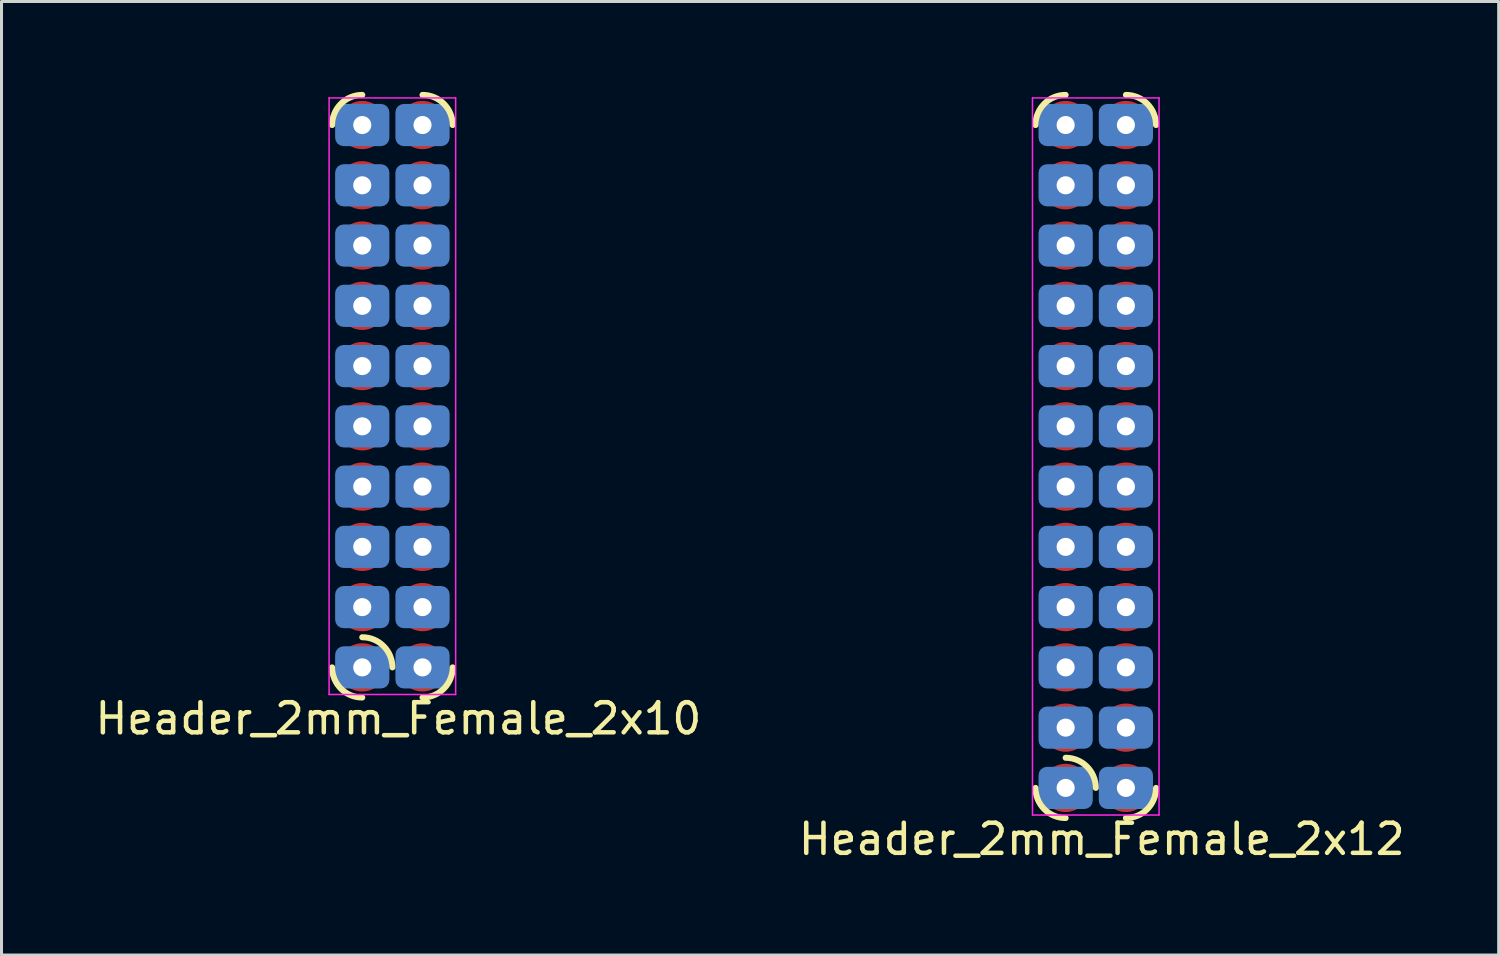
<source format=kicad_pcb>
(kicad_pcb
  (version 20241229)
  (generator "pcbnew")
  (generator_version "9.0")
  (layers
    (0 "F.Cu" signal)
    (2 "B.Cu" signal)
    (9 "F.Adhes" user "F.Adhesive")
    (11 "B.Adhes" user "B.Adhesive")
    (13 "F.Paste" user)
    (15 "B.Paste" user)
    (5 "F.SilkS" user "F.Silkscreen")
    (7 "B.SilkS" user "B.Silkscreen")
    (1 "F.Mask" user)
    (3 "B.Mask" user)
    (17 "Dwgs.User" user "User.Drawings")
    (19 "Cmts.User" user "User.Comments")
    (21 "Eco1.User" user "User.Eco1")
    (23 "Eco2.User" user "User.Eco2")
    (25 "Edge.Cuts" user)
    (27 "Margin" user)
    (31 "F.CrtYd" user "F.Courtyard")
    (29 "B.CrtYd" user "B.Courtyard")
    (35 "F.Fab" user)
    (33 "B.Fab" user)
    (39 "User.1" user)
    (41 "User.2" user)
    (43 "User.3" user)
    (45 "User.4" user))
  (footprint "Header_2mm_Female_2x12"
    (layer "F.Cu")
    (at 32.318 23.1)
    (property "Reference" "Header_2mm_Female_2x12" (at 1.2 1.7 180) (layer "F.SilkS") (effects (font (size 1 1) (thickness 0.15))))
    (attr through_hole)
    (fp_arc (start -1 -22.000002) (mid -0.707106 -22.707108) (end 0 -23.000001) (stroke (width 0.2) (type solid)) (layer "F.SilkS"))
    (fp_arc (start 0 0.999999) (mid -0.707106 0.707105) (end -0.999999 -0.000001) (stroke (width 0.2) (type solid)) (layer "F.SilkS"))
    (fp_arc (start 0.000002 -1.000001) (mid 0.707108 -0.707107) (end 1.000001 -0.000001) (stroke (width 0.2) (type solid)) (layer "F.SilkS"))
    (fp_arc (start 2.000001 -23.000001) (mid 2.707107 -22.707107) (end 3 -22.000001) (stroke (width 0.2) (type solid)) (layer "F.SilkS"))
    (fp_arc (start 3.000001 0) (mid 2.707107 0.707106) (end 2.000001 0.999999) (stroke (width 0.2) (type solid)) (layer "F.SilkS"))
    (fp_line (start -1.1 -22.9) (end -1.1 0.9) (stroke (width 0.05) (type default)) (layer "F.CrtYd"))
    (fp_line (start 3.1 -22.9) (end -1.1 -22.9) (stroke (width 0.05) (type default)) (layer "F.CrtYd"))
    (fp_line (start 3.1 0.9) (end -1.1 0.9) (stroke (width 0.05) (type default)) (layer "F.CrtYd"))
    (fp_line (start 3.1 0.9) (end 3.1 -22.9) (stroke (width 0.05) (type default)) (layer "F.CrtYd"))
    (pad "1" thru_hole circle (at 0.000001 -0.000001 90) (size 1 1) (drill 0.6) (layers "*.Cu" "*.Mask"))
    (pad "1" smd roundrect (at 0.000001 -0.000001 270) (size 1.4 1.8) (layers "B.Cu" "B.Mask" "B.Paste") (roundrect_rratio 0.2))
    (pad "1" smd circle (at 0.000001 -0.000001 90) (size 1.6 1.6) (layers "F.Cu" "F.Mask" "F.Paste"))
    (pad "2" thru_hole circle (at 2 -0.000001 90) (size 1 1) (drill 0.6) (layers "*.Cu" "*.Mask"))
    (pad "2" smd roundrect (at 2 -0.000001 270) (size 1.4 1.8) (layers "B.Cu" "B.Mask" "B.Paste") (roundrect_rratio 0.2))
    (pad "2" smd circle (at 2 -0.000001 90) (size 1.6 1.6) (layers "F.Cu" "F.Mask" "F.Paste"))
    (pad "3" thru_hole circle (at 0.000001 -2 90) (size 1 1) (drill 0.6) (layers "*.Cu" "*.Mask"))
    (pad "3" smd roundrect (at 0.000001 -2 270) (size 1.4 1.8) (layers "B.Cu" "B.Mask" "B.Paste") (roundrect_rratio 0.2))
    (pad "3" smd circle (at 0.000001 -2 90) (size 1.6 1.6) (layers "F.Cu" "F.Mask" "F.Paste"))
    (pad "4" thru_hole circle (at 2 -2 90) (size 1 1) (drill 0.6) (layers "*.Cu" "*.Mask"))
    (pad "4" smd roundrect (at 2 -2 270) (size 1.4 1.8) (layers "B.Cu" "B.Mask" "B.Paste") (roundrect_rratio 0.2))
    (pad "4" smd circle (at 2 -2 90) (size 1.6 1.6) (layers "F.Cu" "F.Mask" "F.Paste"))
    (pad "5" thru_hole circle (at 0.000001 -4 90) (size 1 1) (drill 0.6) (layers "*.Cu" "*.Mask"))
    (pad "5" smd roundrect (at 0.000001 -4 270) (size 1.4 1.8) (layers "B.Cu" "B.Mask" "B.Paste") (roundrect_rratio 0.2))
    (pad "5" smd circle (at 0.000001 -4 90) (size 1.6 1.6) (layers "F.Cu" "F.Mask" "F.Paste"))
    (pad "6" thru_hole circle (at 2 -4 90) (size 1 1) (drill 0.6) (layers "*.Cu" "*.Mask"))
    (pad "6" smd roundrect (at 2 -4 270) (size 1.4 1.8) (layers "B.Cu" "B.Mask" "B.Paste") (roundrect_rratio 0.2))
    (pad "6" smd circle (at 2 -4 90) (size 1.6 1.6) (layers "F.Cu" "F.Mask" "F.Paste"))
    (pad "7" thru_hole circle (at 0.000001 -6 90) (size 1 1) (drill 0.6) (layers "*.Cu" "*.Mask"))
    (pad "7" smd roundrect (at 0.000001 -6 270) (size 1.4 1.8) (layers "B.Cu" "B.Mask" "B.Paste") (roundrect_rratio 0.2))
    (pad "7" smd circle (at 0.000001 -6 90) (size 1.6 1.6) (layers "F.Cu" "F.Mask" "F.Paste"))
    (pad "8" thru_hole circle (at 2 -6 90) (size 1 1) (drill 0.6) (layers "*.Cu" "*.Mask"))
    (pad "8" smd roundrect (at 2 -6 270) (size 1.4 1.8) (layers "B.Cu" "B.Mask" "B.Paste") (roundrect_rratio 0.2))
    (pad "8" smd circle (at 2 -6 90) (size 1.6 1.6) (layers "F.Cu" "F.Mask" "F.Paste"))
    (pad "9" thru_hole circle (at 0.000001 -8 90) (size 1 1) (drill 0.6) (layers "*.Cu" "*.Mask"))
    (pad "9" smd roundrect (at 0.000001 -8 270) (size 1.4 1.8) (layers "B.Cu" "B.Mask" "B.Paste") (roundrect_rratio 0.2))
    (pad "9" smd circle (at 0.000001 -8 90) (size 1.6 1.6) (layers "F.Cu" "F.Mask" "F.Paste"))
    (pad "10" thru_hole circle (at 2 -8 90) (size 1 1) (drill 0.6) (layers "*.Cu" "*.Mask"))
    (pad "10" smd roundrect (at 2 -8 270) (size 1.4 1.8) (layers "B.Cu" "B.Mask" "B.Paste") (roundrect_rratio 0.2))
    (pad "10" smd circle (at 2 -8 90) (size 1.6 1.6) (layers "F.Cu" "F.Mask" "F.Paste"))
    (pad "11" thru_hole circle (at 0.000001 -10 90) (size 1 1) (drill 0.6) (layers "*.Cu" "*.Mask"))
    (pad "11" smd roundrect (at 0.000001 -10 270) (size 1.4 1.8) (layers "B.Cu" "B.Mask" "B.Paste") (roundrect_rratio 0.2))
    (pad "11" smd circle (at 0.000001 -10 90) (size 1.6 1.6) (layers "F.Cu" "F.Mask" "F.Paste"))
    (pad "12" thru_hole circle (at 2 -10 90) (size 1 1) (drill 0.6) (layers "*.Cu" "*.Mask"))
    (pad "12" smd roundrect (at 2 -10 270) (size 1.4 1.8) (layers "B.Cu" "B.Mask" "B.Paste") (roundrect_rratio 0.2))
    (pad "12" smd circle (at 2 -10 90) (size 1.6 1.6) (layers "F.Cu" "F.Mask" "F.Paste"))
    (pad "13" thru_hole circle (at 0.000001 -12 90) (size 1 1) (drill 0.6) (layers "*.Cu" "*.Mask"))
    (pad "13" smd roundrect (at 0.000001 -12 270) (size 1.4 1.8) (layers "B.Cu" "B.Mask" "B.Paste") (roundrect_rratio 0.2))
    (pad "13" smd circle (at 0.000001 -12 90) (size 1.6 1.6) (layers "F.Cu" "F.Mask" "F.Paste"))
    (pad "14" thru_hole circle (at 2 -12 90) (size 1 1) (drill 0.6) (layers "*.Cu" "*.Mask"))
    (pad "14" smd roundrect (at 2 -12 270) (size 1.4 1.8) (layers "B.Cu" "B.Mask" "B.Paste") (roundrect_rratio 0.2))
    (pad "14" smd circle (at 2 -12 90) (size 1.6 1.6) (layers "F.Cu" "F.Mask" "F.Paste"))
    (pad "15" thru_hole circle (at 0.000001 -14 90) (size 1 1) (drill 0.6) (layers "*.Cu" "*.Mask"))
    (pad "15" smd roundrect (at 0.000001 -14 270) (size 1.4 1.8) (layers "B.Cu" "B.Mask" "B.Paste") (roundrect_rratio 0.2))
    (pad "15" smd circle (at 0.000001 -14 90) (size 1.6 1.6) (layers "F.Cu" "F.Mask" "F.Paste"))
    (pad "16" thru_hole circle (at 2 -14 90) (size 1 1) (drill 0.6) (layers "*.Cu" "*.Mask"))
    (pad "16" smd roundrect (at 2 -14 270) (size 1.4 1.8) (layers "B.Cu" "B.Mask" "B.Paste") (roundrect_rratio 0.2))
    (pad "16" smd circle (at 2 -14 90) (size 1.6 1.6) (layers "F.Cu" "F.Mask" "F.Paste"))
    (pad "17" thru_hole circle (at 0.000001 -16 90) (size 1 1) (drill 0.6) (layers "*.Cu" "*.Mask"))
    (pad "17" smd roundrect (at 0.000001 -16 270) (size 1.4 1.8) (layers "B.Cu" "B.Mask" "B.Paste") (roundrect_rratio 0.2))
    (pad "17" smd circle (at 0.000001 -16 90) (size 1.6 1.6) (layers "F.Cu" "F.Mask" "F.Paste"))
    (pad "18" thru_hole circle (at 2 -16 90) (size 1 1) (drill 0.6) (layers "*.Cu" "*.Mask"))
    (pad "18" smd roundrect (at 2 -16 270) (size 1.4 1.8) (layers "B.Cu" "B.Mask" "B.Paste") (roundrect_rratio 0.2))
    (pad "18" smd circle (at 2 -16 90) (size 1.6 1.6) (layers "F.Cu" "F.Mask" "F.Paste"))
    (pad "19" thru_hole circle (at 0.000001 -18 90) (size 1 1) (drill 0.6) (layers "*.Cu" "*.Mask"))
    (pad "19" smd roundrect (at 0.000001 -18 270) (size 1.4 1.8) (layers "B.Cu" "B.Mask" "B.Paste") (roundrect_rratio 0.2))
    (pad "19" smd circle (at 0.000001 -18 90) (size 1.6 1.6) (layers "F.Cu" "F.Mask" "F.Paste"))
    (pad "20" thru_hole circle (at 2 -18 90) (size 1 1) (drill 0.6) (layers "*.Cu" "*.Mask"))
    (pad "20" smd roundrect (at 2 -18 270) (size 1.4 1.8) (layers "B.Cu" "B.Mask" "B.Paste") (roundrect_rratio 0.2))
    (pad "20" smd circle (at 2 -18 90) (size 1.6 1.6) (layers "F.Cu" "F.Mask" "F.Paste"))
    (pad "21" thru_hole circle (at 0 -20 90) (size 1 1) (drill 0.6) (layers "*.Cu" "*.Mask"))
    (pad "21" smd roundrect (at 0 -20 270) (size 1.4 1.8) (layers "B.Cu" "B.Mask" "B.Paste") (roundrect_rratio 0.2))
    (pad "21" smd circle (at 0 -20 90) (size 1.6 1.6) (layers "F.Cu" "F.Mask" "F.Paste"))
    (pad "22" thru_hole circle (at 2 -20 90) (size 1 1) (drill 0.6) (layers "*.Cu" "*.Mask"))
    (pad "22" smd roundrect (at 2 -20 270) (size 1.4 1.8) (layers "B.Cu" "B.Mask" "B.Paste") (roundrect_rratio 0.2))
    (pad "22" smd circle (at 2 -20 90) (size 1.6 1.6) (layers "F.Cu" "F.Mask" "F.Paste"))
    (pad "23" thru_hole circle (at 0 -22 90) (size 1 1) (drill 0.6) (layers "*.Cu" "*.Mask"))
    (pad "23" smd roundrect (at 0 -22 270) (size 1.4 1.8) (layers "B.Cu" "B.Mask" "B.Paste") (roundrect_rratio 0.2))
    (pad "23" smd circle (at 0 -22 90) (size 1.6 1.6) (layers "F.Cu" "F.Mask" "F.Paste"))
    (pad "24" thru_hole circle (at 2 -22 90) (size 1 1) (drill 0.6) (layers "*.Cu" "*.Mask"))
    (pad "24" smd roundrect (at 2 -22 270) (size 1.4 1.8) (layers "B.Cu" "B.Mask" "B.Paste") (roundrect_rratio 0.2))
    (pad "24" smd circle (at 2 -22 90) (size 1.6 1.6) (layers "F.Cu" "F.Mask" "F.Paste")))
  (footprint "Header_2mm_Female_2x10"
    (layer "F.Cu")
    (at 8.973 19.1)
    (property "Reference" "Header_2mm_Female_2x10" (at 1.2 1.7 180) (layer "F.SilkS") (effects (font (size 1 1) (thickness 0.15))))
    (attr through_hole)
    (fp_arc (start -1 -18.000003) (mid -0.707106 -18.707109) (end 0 -19.000002) (stroke (width 0.2) (type solid)) (layer "F.SilkS"))
    (fp_arc (start 0 0.999999) (mid -0.707106 0.707105) (end -0.999999 -0.000001) (stroke (width 0.2) (type solid)) (layer "F.SilkS"))
    (fp_arc (start 0.000002 -1.000001) (mid 0.707108 -0.707107) (end 1.000001 -0.000001) (stroke (width 0.2) (type solid)) (layer "F.SilkS"))
    (fp_arc (start 2.000001 -19.000002) (mid 2.707107 -18.707108) (end 3 -18.000002) (stroke (width 0.2) (type solid)) (layer "F.SilkS"))
    (fp_arc (start 3.000001 0) (mid 2.707107 0.707106) (end 2.000001 0.999999) (stroke (width 0.2) (type solid)) (layer "F.SilkS"))
    (fp_line (start -1.1 -18.9) (end -1.1 0.9) (stroke (width 0.05) (type default)) (layer "F.CrtYd"))
    (fp_line (start 3.1 -18.9) (end -1.1 -18.9) (stroke (width 0.05) (type default)) (layer "F.CrtYd"))
    (fp_line (start 3.1 0.9) (end -1.1 0.9) (stroke (width 0.05) (type default)) (layer "F.CrtYd"))
    (fp_line (start 3.1 0.9) (end 3.1 -18.9) (stroke (width 0.05) (type default)) (layer "F.CrtYd"))
    (pad "1" thru_hole circle (at 0.000001 -0.000001 90) (size 1 1) (drill 0.6) (layers "*.Cu" "*.Mask"))
    (pad "1" smd roundrect (at 0.000001 -0.000001 270) (size 1.4 1.8) (layers "B.Cu" "B.Mask" "B.Paste") (roundrect_rratio 0.2))
    (pad "1" smd circle (at 0.000001 -0.000001 90) (size 1.6 1.6) (layers "F.Cu" "F.Mask" "F.Paste"))
    (pad "2" thru_hole circle (at 2 -0.000001 90) (size 1 1) (drill 0.6) (layers "*.Cu" "*.Mask"))
    (pad "2" smd roundrect (at 2 -0.000001 270) (size 1.4 1.8) (layers "B.Cu" "B.Mask" "B.Paste") (roundrect_rratio 0.2))
    (pad "2" smd circle (at 2 -0.000001 90) (size 1.6 1.6) (layers "F.Cu" "F.Mask" "F.Paste"))
    (pad "3" thru_hole circle (at 0.000001 -2 90) (size 1 1) (drill 0.6) (layers "*.Cu" "*.Mask"))
    (pad "3" smd roundrect (at 0.000001 -2 270) (size 1.4 1.8) (layers "B.Cu" "B.Mask" "B.Paste") (roundrect_rratio 0.2))
    (pad "3" smd circle (at 0.000001 -2 90) (size 1.6 1.6) (layers "F.Cu" "F.Mask" "F.Paste"))
    (pad "4" thru_hole circle (at 2 -2 90) (size 1 1) (drill 0.6) (layers "*.Cu" "*.Mask"))
    (pad "4" smd roundrect (at 2 -2 270) (size 1.4 1.8) (layers "B.Cu" "B.Mask" "B.Paste") (roundrect_rratio 0.2))
    (pad "4" smd circle (at 2 -2 90) (size 1.6 1.6) (layers "F.Cu" "F.Mask" "F.Paste"))
    (pad "5" thru_hole circle (at 0.000001 -4 90) (size 1 1) (drill 0.6) (layers "*.Cu" "*.Mask"))
    (pad "5" smd roundrect (at 0.000001 -4 270) (size 1.4 1.8) (layers "B.Cu" "B.Mask" "B.Paste") (roundrect_rratio 0.2))
    (pad "5" smd circle (at 0.000001 -4 90) (size 1.6 1.6) (layers "F.Cu" "F.Mask" "F.Paste"))
    (pad "6" thru_hole circle (at 2 -4 90) (size 1 1) (drill 0.6) (layers "*.Cu" "*.Mask"))
    (pad "6" smd roundrect (at 2 -4 270) (size 1.4 1.8) (layers "B.Cu" "B.Mask" "B.Paste") (roundrect_rratio 0.2))
    (pad "6" smd circle (at 2 -4 90) (size 1.6 1.6) (layers "F.Cu" "F.Mask" "F.Paste"))
    (pad "7" thru_hole circle (at 0.000001 -6 90) (size 1 1) (drill 0.6) (layers "*.Cu" "*.Mask"))
    (pad "7" smd roundrect (at 0.000001 -6 270) (size 1.4 1.8) (layers "B.Cu" "B.Mask" "B.Paste") (roundrect_rratio 0.2))
    (pad "7" smd circle (at 0.000001 -6 90) (size 1.6 1.6) (layers "F.Cu" "F.Mask" "F.Paste"))
    (pad "8" thru_hole circle (at 2 -6 90) (size 1 1) (drill 0.6) (layers "*.Cu" "*.Mask"))
    (pad "8" smd roundrect (at 2 -6 270) (size 1.4 1.8) (layers "B.Cu" "B.Mask" "B.Paste") (roundrect_rratio 0.2))
    (pad "8" smd circle (at 2 -6 90) (size 1.6 1.6) (layers "F.Cu" "F.Mask" "F.Paste"))
    (pad "9" thru_hole circle (at 0.000001 -8 90) (size 1 1) (drill 0.6) (layers "*.Cu" "*.Mask"))
    (pad "9" smd roundrect (at 0.000001 -8 270) (size 1.4 1.8) (layers "B.Cu" "B.Mask" "B.Paste") (roundrect_rratio 0.2))
    (pad "9" smd circle (at 0.000001 -8 90) (size 1.6 1.6) (layers "F.Cu" "F.Mask" "F.Paste"))
    (pad "10" thru_hole circle (at 2 -8 90) (size 1 1) (drill 0.6) (layers "*.Cu" "*.Mask"))
    (pad "10" smd roundrect (at 2 -8 270) (size 1.4 1.8) (layers "B.Cu" "B.Mask" "B.Paste") (roundrect_rratio 0.2))
    (pad "10" smd circle (at 2 -8 90) (size 1.6 1.6) (layers "F.Cu" "F.Mask" "F.Paste"))
    (pad "11" thru_hole circle (at 0.000001 -10 90) (size 1 1) (drill 0.6) (layers "*.Cu" "*.Mask"))
    (pad "11" smd roundrect (at 0.000001 -10 270) (size 1.4 1.8) (layers "B.Cu" "B.Mask" "B.Paste") (roundrect_rratio 0.2))
    (pad "11" smd circle (at 0.000001 -10 90) (size 1.6 1.6) (layers "F.Cu" "F.Mask" "F.Paste"))
    (pad "12" thru_hole circle (at 2 -10 90) (size 1 1) (drill 0.6) (layers "*.Cu" "*.Mask"))
    (pad "12" smd roundrect (at 2 -10 270) (size 1.4 1.8) (layers "B.Cu" "B.Mask" "B.Paste") (roundrect_rratio 0.2))
    (pad "12" smd circle (at 2 -10 90) (size 1.6 1.6) (layers "F.Cu" "F.Mask" "F.Paste"))
    (pad "13" thru_hole circle (at 0.000001 -12 90) (size 1 1) (drill 0.6) (layers "*.Cu" "*.Mask"))
    (pad "13" smd roundrect (at 0.000001 -12 270) (size 1.4 1.8) (layers "B.Cu" "B.Mask" "B.Paste") (roundrect_rratio 0.2))
    (pad "13" smd circle (at 0.000001 -12 90) (size 1.6 1.6) (layers "F.Cu" "F.Mask" "F.Paste"))
    (pad "14" thru_hole circle (at 2 -12 90) (size 1 1) (drill 0.6) (layers "*.Cu" "*.Mask"))
    (pad "14" smd roundrect (at 2 -12 270) (size 1.4 1.8) (layers "B.Cu" "B.Mask" "B.Paste") (roundrect_rratio 0.2))
    (pad "14" smd circle (at 2 -12 90) (size 1.6 1.6) (layers "F.Cu" "F.Mask" "F.Paste"))
    (pad "15" thru_hole circle (at 0.000001 -14 90) (size 1 1) (drill 0.6) (layers "*.Cu" "*.Mask"))
    (pad "15" smd roundrect (at 0.000001 -14 270) (size 1.4 1.8) (layers "B.Cu" "B.Mask" "B.Paste") (roundrect_rratio 0.2))
    (pad "15" smd circle (at 0.000001 -14 90) (size 1.6 1.6) (layers "F.Cu" "F.Mask" "F.Paste"))
    (pad "16" thru_hole circle (at 2 -14 90) (size 1 1) (drill 0.6) (layers "*.Cu" "*.Mask"))
    (pad "16" smd roundrect (at 2 -14 270) (size 1.4 1.8) (layers "B.Cu" "B.Mask" "B.Paste") (roundrect_rratio 0.2))
    (pad "16" smd circle (at 2 -14 90) (size 1.6 1.6) (layers "F.Cu" "F.Mask" "F.Paste"))
    (pad "17" thru_hole circle (at 0.000001 -16 90) (size 1 1) (drill 0.6) (layers "*.Cu" "*.Mask"))
    (pad "17" smd roundrect (at 0.000001 -16 270) (size 1.4 1.8) (layers "B.Cu" "B.Mask" "B.Paste") (roundrect_rratio 0.2))
    (pad "17" smd circle (at 0.000001 -16 90) (size 1.6 1.6) (layers "F.Cu" "F.Mask" "F.Paste"))
    (pad "18" thru_hole circle (at 2 -16 90) (size 1 1) (drill 0.6) (layers "*.Cu" "*.Mask"))
    (pad "18" smd roundrect (at 2 -16 270) (size 1.4 1.8) (layers "B.Cu" "B.Mask" "B.Paste") (roundrect_rratio 0.2))
    (pad "18" smd circle (at 2 -16 90) (size 1.6 1.6) (layers "F.Cu" "F.Mask" "F.Paste"))
    (pad "19" thru_hole circle (at 0.000001 -18 90) (size 1 1) (drill 0.6) (layers "*.Cu" "*.Mask"))
    (pad "19" smd roundrect (at 0.000001 -18 270) (size 1.4 1.8) (layers "B.Cu" "B.Mask" "B.Paste") (roundrect_rratio 0.2))
    (pad "19" smd circle (at 0.000001 -18 90) (size 1.6 1.6) (layers "F.Cu" "F.Mask" "F.Paste"))
    (pad "20" thru_hole circle (at 2 -18 90) (size 1 1) (drill 0.6) (layers "*.Cu" "*.Mask"))
    (pad "20" smd roundrect (at 2 -18 270) (size 1.4 1.8) (layers "B.Cu" "B.Mask" "B.Paste") (roundrect_rratio 0.2))
    (pad "20" smd circle (at 2 -18 90) (size 1.6 1.6) (layers "F.Cu" "F.Mask" "F.Paste")))
  (gr_rect
    (start -3 -3)
    (end 46.69 28.648)
    (stroke (width 0.1) (type default))
    (fill no)
    (layer "Edge.Cuts")))
</source>
